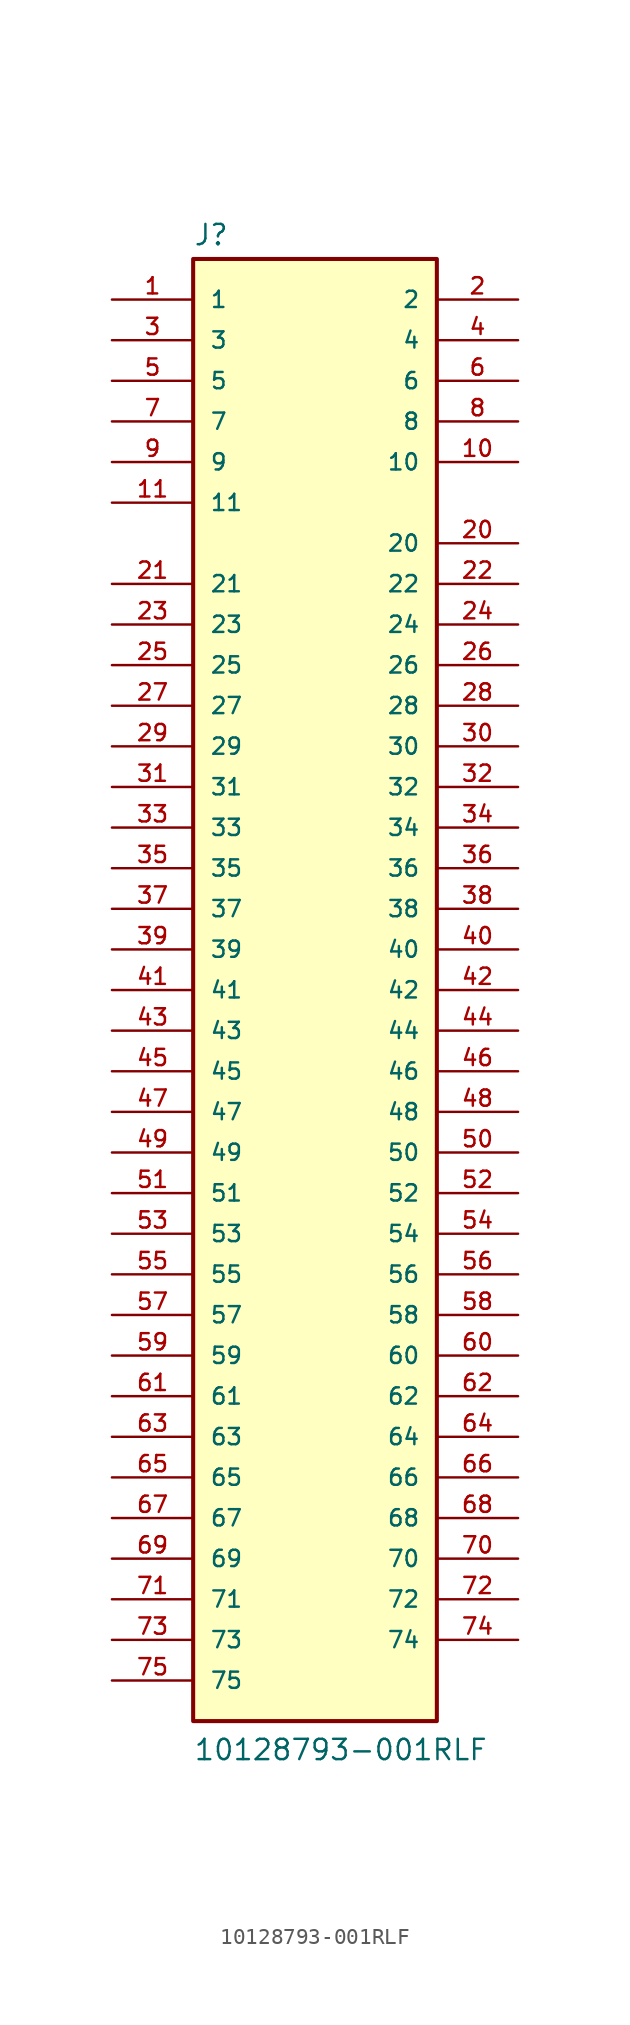
<source format=kicad_sym>
(kicad_symbol_lib
  (version 20211014)
  (generator kicad_symbol_editor)
  (symbol "10128793-001RLF"
    (pin_names
      (offset 1.016))
    (property "Reference" "J"
      (at -7.62 46.482 0)
      (effects (font (size 1.27 1.27)) (justify bottom left)))
    (property "Value" "10128793-001RLF"
      (at -7.62 -48.26 0)
      (effects (font (size 1.27 1.27)) (justify bottom left)))
    (symbol "10128793-001RLF_0_0"
      (rectangle (start -7.62 -45.72) (end 7.62 45.72) (stroke (width 0.254)) (fill (type background)))
      (pin passive line (at -12.7 43.18 0) (length 5.08) (name "1" (effects (font (size 1.016 1.016)))) (number "1" (effects (font (size 1.016 1.016)))))
      (pin passive line (at 12.7 43.18 180.0) (length 5.08) (name "2" (effects (font (size 1.016 1.016)))) (number "2" (effects (font (size 1.016 1.016)))))
      (pin passive line (at -12.7 40.64 0) (length 5.08) (name "3" (effects (font (size 1.016 1.016)))) (number "3" (effects (font (size 1.016 1.016)))))
      (pin passive line (at 12.7 40.64 180.0) (length 5.08) (name "4" (effects (font (size 1.016 1.016)))) (number "4" (effects (font (size 1.016 1.016)))))
      (pin passive line (at -12.7 38.1 0) (length 5.08) (name "5" (effects (font (size 1.016 1.016)))) (number "5" (effects (font (size 1.016 1.016)))))
      (pin passive line (at 12.7 38.1 180.0) (length 5.08) (name "6" (effects (font (size 1.016 1.016)))) (number "6" (effects (font (size 1.016 1.016)))))
      (pin passive line (at -12.7 35.56 0) (length 5.08) (name "7" (effects (font (size 1.016 1.016)))) (number "7" (effects (font (size 1.016 1.016)))))
      (pin passive line (at 12.7 35.56 180.0) (length 5.08) (name "8" (effects (font (size 1.016 1.016)))) (number "8" (effects (font (size 1.016 1.016)))))
      (pin passive line (at -12.7 33.02 0) (length 5.08) (name "9" (effects (font (size 1.016 1.016)))) (number "9" (effects (font (size 1.016 1.016)))))
      (pin passive line (at 12.7 33.02 180.0) (length 5.08) (name "10" (effects (font (size 1.016 1.016)))) (number "10" (effects (font (size 1.016 1.016)))))
      (pin passive line (at -12.7 30.48 0) (length 5.08) (name "11" (effects (font (size 1.016 1.016)))) (number "11" (effects (font (size 1.016 1.016)))))
      (pin passive line (at 12.7 27.94 180.0) (length 5.08) (name "20" (effects (font (size 1.016 1.016)))) (number "20" (effects (font (size 1.016 1.016)))))
      (pin passive line (at -12.7 25.4 0) (length 5.08) (name "21" (effects (font (size 1.016 1.016)))) (number "21" (effects (font (size 1.016 1.016)))))
      (pin passive line (at 12.7 25.4 180.0) (length 5.08) (name "22" (effects (font (size 1.016 1.016)))) (number "22" (effects (font (size 1.016 1.016)))))
      (pin passive line (at -12.7 22.86 0) (length 5.08) (name "23" (effects (font (size 1.016 1.016)))) (number "23" (effects (font (size 1.016 1.016)))))
      (pin passive line (at 12.7 22.86 180.0) (length 5.08) (name "24" (effects (font (size 1.016 1.016)))) (number "24" (effects (font (size 1.016 1.016)))))
      (pin passive line (at -12.7 20.32 0) (length 5.08) (name "25" (effects (font (size 1.016 1.016)))) (number "25" (effects (font (size 1.016 1.016)))))
      (pin passive line (at 12.7 20.32 180.0) (length 5.08) (name "26" (effects (font (size 1.016 1.016)))) (number "26" (effects (font (size 1.016 1.016)))))
      (pin passive line (at -12.7 17.78 0) (length 5.08) (name "27" (effects (font (size 1.016 1.016)))) (number "27" (effects (font (size 1.016 1.016)))))
      (pin passive line (at 12.7 17.78 180.0) (length 5.08) (name "28" (effects (font (size 1.016 1.016)))) (number "28" (effects (font (size 1.016 1.016)))))
      (pin passive line (at -12.7 15.24 0) (length 5.08) (name "29" (effects (font (size 1.016 1.016)))) (number "29" (effects (font (size 1.016 1.016)))))
      (pin passive line (at 12.7 15.24 180.0) (length 5.08) (name "30" (effects (font (size 1.016 1.016)))) (number "30" (effects (font (size 1.016 1.016)))))
      (pin passive line (at -12.7 12.7 0) (length 5.08) (name "31" (effects (font (size 1.016 1.016)))) (number "31" (effects (font (size 1.016 1.016)))))
      (pin passive line (at 12.7 12.7 180.0) (length 5.08) (name "32" (effects (font (size 1.016 1.016)))) (number "32" (effects (font (size 1.016 1.016)))))
      (pin passive line (at -12.7 10.16 0) (length 5.08) (name "33" (effects (font (size 1.016 1.016)))) (number "33" (effects (font (size 1.016 1.016)))))
      (pin passive line (at 12.7 10.16 180.0) (length 5.08) (name "34" (effects (font (size 1.016 1.016)))) (number "34" (effects (font (size 1.016 1.016)))))
      (pin passive line (at -12.7 7.62 0) (length 5.08) (name "35" (effects (font (size 1.016 1.016)))) (number "35" (effects (font (size 1.016 1.016)))))
      (pin passive line (at 12.7 7.62 180.0) (length 5.08) (name "36" (effects (font (size 1.016 1.016)))) (number "36" (effects (font (size 1.016 1.016)))))
      (pin passive line (at -12.7 5.08 0) (length 5.08) (name "37" (effects (font (size 1.016 1.016)))) (number "37" (effects (font (size 1.016 1.016)))))
      (pin passive line (at 12.7 5.08 180.0) (length 5.08) (name "38" (effects (font (size 1.016 1.016)))) (number "38" (effects (font (size 1.016 1.016)))))
      (pin passive line (at -12.7 2.54 0) (length 5.08) (name "39" (effects (font (size 1.016 1.016)))) (number "39" (effects (font (size 1.016 1.016)))))
      (pin passive line (at 12.7 2.54 180.0) (length 5.08) (name "40" (effects (font (size 1.016 1.016)))) (number "40" (effects (font (size 1.016 1.016)))))
      (pin passive line (at -12.7 0.0 0) (length 5.08) (name "41" (effects (font (size 1.016 1.016)))) (number "41" (effects (font (size 1.016 1.016)))))
      (pin passive line (at 12.7 0.0 180.0) (length 5.08) (name "42" (effects (font (size 1.016 1.016)))) (number "42" (effects (font (size 1.016 1.016)))))
      (pin passive line (at -12.7 -2.54 0) (length 5.08) (name "43" (effects (font (size 1.016 1.016)))) (number "43" (effects (font (size 1.016 1.016)))))
      (pin passive line (at 12.7 -2.54 180.0) (length 5.08) (name "44" (effects (font (size 1.016 1.016)))) (number "44" (effects (font (size 1.016 1.016)))))
      (pin passive line (at -12.7 -5.08 0) (length 5.08) (name "45" (effects (font (size 1.016 1.016)))) (number "45" (effects (font (size 1.016 1.016)))))
      (pin passive line (at 12.7 -5.08 180.0) (length 5.08) (name "46" (effects (font (size 1.016 1.016)))) (number "46" (effects (font (size 1.016 1.016)))))
      (pin passive line (at -12.7 -7.62 0) (length 5.08) (name "47" (effects (font (size 1.016 1.016)))) (number "47" (effects (font (size 1.016 1.016)))))
      (pin passive line (at 12.7 -7.62 180.0) (length 5.08) (name "48" (effects (font (size 1.016 1.016)))) (number "48" (effects (font (size 1.016 1.016)))))
      (pin passive line (at -12.7 -10.16 0) (length 5.08) (name "49" (effects (font (size 1.016 1.016)))) (number "49" (effects (font (size 1.016 1.016)))))
      (pin passive line (at 12.7 -10.16 180.0) (length 5.08) (name "50" (effects (font (size 1.016 1.016)))) (number "50" (effects (font (size 1.016 1.016)))))
      (pin passive line (at -12.7 -12.7 0) (length 5.08) (name "51" (effects (font (size 1.016 1.016)))) (number "51" (effects (font (size 1.016 1.016)))))
      (pin passive line (at 12.7 -12.7 180.0) (length 5.08) (name "52" (effects (font (size 1.016 1.016)))) (number "52" (effects (font (size 1.016 1.016)))))
      (pin passive line (at -12.7 -15.24 0) (length 5.08) (name "53" (effects (font (size 1.016 1.016)))) (number "53" (effects (font (size 1.016 1.016)))))
      (pin passive line (at 12.7 -15.24 180.0) (length 5.08) (name "54" (effects (font (size 1.016 1.016)))) (number "54" (effects (font (size 1.016 1.016)))))
      (pin passive line (at -12.7 -17.78 0) (length 5.08) (name "55" (effects (font (size 1.016 1.016)))) (number "55" (effects (font (size 1.016 1.016)))))
      (pin passive line (at 12.7 -17.78 180.0) (length 5.08) (name "56" (effects (font (size 1.016 1.016)))) (number "56" (effects (font (size 1.016 1.016)))))
      (pin passive line (at -12.7 -20.32 0) (length 5.08) (name "57" (effects (font (size 1.016 1.016)))) (number "57" (effects (font (size 1.016 1.016)))))
      (pin passive line (at 12.7 -20.32 180.0) (length 5.08) (name "58" (effects (font (size 1.016 1.016)))) (number "58" (effects (font (size 1.016 1.016)))))
      (pin passive line (at -12.7 -33.02 0) (length 5.08) (name "67" (effects (font (size 1.016 1.016)))) (number "67" (effects (font (size 1.016 1.016)))))
      (pin passive line (at 12.7 -33.02 180.0) (length 5.08) (name "68" (effects (font (size 1.016 1.016)))) (number "68" (effects (font (size 1.016 1.016)))))
      (pin passive line (at -12.7 -35.56 0) (length 5.08) (name "69" (effects (font (size 1.016 1.016)))) (number "69" (effects (font (size 1.016 1.016)))))
      (pin passive line (at 12.7 -35.56 180.0) (length 5.08) (name "70" (effects (font (size 1.016 1.016)))) (number "70" (effects (font (size 1.016 1.016)))))
      (pin passive line (at -12.7 -38.1 0) (length 5.08) (name "71" (effects (font (size 1.016 1.016)))) (number "71" (effects (font (size 1.016 1.016)))))
      (pin passive line (at 12.7 -38.1 180.0) (length 5.08) (name "72" (effects (font (size 1.016 1.016)))) (number "72" (effects (font (size 1.016 1.016)))))
      (pin passive line (at -12.7 -40.64 0) (length 5.08) (name "73" (effects (font (size 1.016 1.016)))) (number "73" (effects (font (size 1.016 1.016)))))
      (pin passive line (at 12.7 -40.64 180.0) (length 5.08) (name "74" (effects (font (size 1.016 1.016)))) (number "74" (effects (font (size 1.016 1.016)))))
      (pin passive line (at -12.7 -43.18 0) (length 5.08) (name "75" (effects (font (size 1.016 1.016)))) (number "75" (effects (font (size 1.016 1.016)))))
      (pin passive line (at -12.7 -22.86 0) (length 5.08) (name "59" (effects (font (size 1.016 1.016)))) (number "59" (effects (font (size 1.016 1.016)))))
      (pin passive line (at 12.7 -22.86 180.0) (length 5.08) (name "60" (effects (font (size 1.016 1.016)))) (number "60" (effects (font (size 1.016 1.016)))))
      (pin passive line (at -12.7 -25.4 0) (length 5.08) (name "61" (effects (font (size 1.016 1.016)))) (number "61" (effects (font (size 1.016 1.016)))))
      (pin passive line (at 12.7 -25.4 180.0) (length 5.08) (name "62" (effects (font (size 1.016 1.016)))) (number "62" (effects (font (size 1.016 1.016)))))
      (pin passive line (at -12.7 -27.94 0) (length 5.08) (name "63" (effects (font (size 1.016 1.016)))) (number "63" (effects (font (size 1.016 1.016)))))
      (pin passive line (at 12.7 -27.94 180.0) (length 5.08) (name "64" (effects (font (size 1.016 1.016)))) (number "64" (effects (font (size 1.016 1.016)))))
      (pin passive line (at -12.7 -30.48 0) (length 5.08) (name "65" (effects (font (size 1.016 1.016)))) (number "65" (effects (font (size 1.016 1.016)))))
      (pin passive line (at 12.7 -30.48 180.0) (length 5.08) (name "66" (effects (font (size 1.016 1.016)))) (number "66" (effects (font (size 1.016 1.016))))))))
</source>
